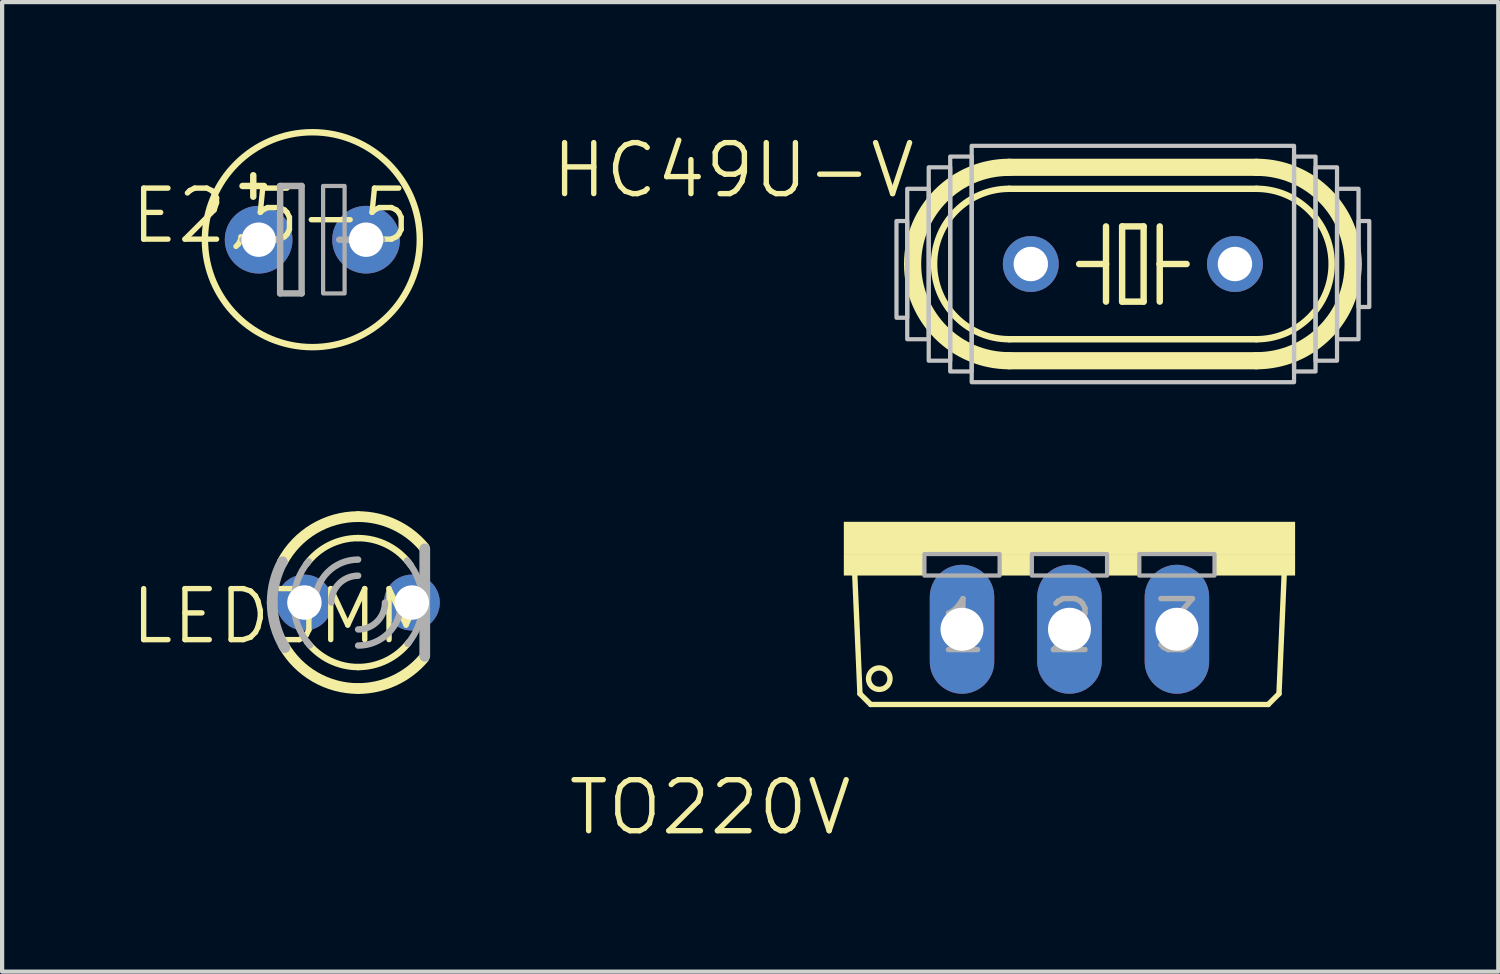
<source format=kicad_pcb>
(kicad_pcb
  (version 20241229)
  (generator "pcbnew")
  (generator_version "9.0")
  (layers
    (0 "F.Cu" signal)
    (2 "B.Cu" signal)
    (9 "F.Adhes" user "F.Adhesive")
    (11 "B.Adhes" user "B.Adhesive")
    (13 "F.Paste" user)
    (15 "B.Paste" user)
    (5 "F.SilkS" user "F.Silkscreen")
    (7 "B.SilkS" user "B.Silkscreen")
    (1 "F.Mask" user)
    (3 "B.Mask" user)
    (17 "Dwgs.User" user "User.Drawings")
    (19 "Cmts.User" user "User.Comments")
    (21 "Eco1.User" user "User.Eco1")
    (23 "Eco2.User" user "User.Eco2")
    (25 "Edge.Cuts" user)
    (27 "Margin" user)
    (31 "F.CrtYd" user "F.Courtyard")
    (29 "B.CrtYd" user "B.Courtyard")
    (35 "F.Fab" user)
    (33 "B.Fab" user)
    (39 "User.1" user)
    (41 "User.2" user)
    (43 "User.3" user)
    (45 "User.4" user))
  (footprint "E2,5-5"
    (layer "F.Cu")
    (at 4.334 2.616)
    (property "Reference" "E2,5-5" (at 2.413 -1.27 0) (layer "F.SilkS") (effects (font (size 1.206 1.206) (thickness 0.127)) (justify right top)))
    (attr through_hole)
    (fp_line (start -1.651 -1.27) (end -1.397 -1.27) (stroke (width 0.152) (type solid)) (layer "F.SilkS"))
    (fp_line (start -1.397 -1.27) (end -1.397 -1.524) (stroke (width 0.152) (type solid)) (layer "F.SilkS"))
    (fp_line (start -1.397 -1.27) (end -1.143 -1.27) (stroke (width 0.152) (type solid)) (layer "F.SilkS"))
    (fp_line (start -1.397 -1.016) (end -1.397 -1.27) (stroke (width 0.152) (type solid)) (layer "F.SilkS"))
    (fp_circle (center 0 0) (end 2.54 0) (stroke (width 0.152) (type solid)) (fill no) (layer "F.SilkS"))
    (fp_line (start -1.651 0) (end -0.762 0) (stroke (width 0.152) (type solid)) (layer "F.Fab"))
    (fp_line (start -0.762 -1.27) (end -0.762 0) (stroke (width 0.152) (type solid)) (layer "F.Fab"))
    (fp_line (start -0.762 0) (end -0.762 1.27) (stroke (width 0.152) (type solid)) (layer "F.Fab"))
    (fp_line (start -0.762 1.27) (end -0.254 1.27) (stroke (width 0.152) (type solid)) (layer "F.Fab"))
    (fp_line (start -0.254 -1.27) (end -0.762 -1.27) (stroke (width 0.152) (type solid)) (layer "F.Fab"))
    (fp_line (start -0.254 1.27) (end -0.254 -1.27) (stroke (width 0.152) (type solid)) (layer "F.Fab"))
    (fp_line (start 0.635 0) (end 1.651 0) (stroke (width 0.152) (type solid)) (layer "F.Fab"))
    (fp_poly (pts (xy 0.254 1.27) (xy 0.762 1.27) (xy 0.762 -1.27) (xy 0.254 -1.27)) (stroke (width 0.1) (type solid)) (fill no) (layer "F.Fab"))
    (pad "+" thru_hole circle (at -1.27 0) (size 1.6 1.6) (drill 0.813) (layers "*.Cu" "*.Mask"))
    (pad "-" thru_hole circle (at 1.27 0) (size 1.6 1.6) (drill 0.813) (layers "*.Cu" "*.Mask")))
  (footprint "LED3MM"
    (layer "F.Cu")
    (at 5.416 11.194)
    (property "Reference" "LED3MM" (at 1.905 -0.381 0) (layer "F.SilkS") (effects (font (size 1.206 1.206) (thickness 0.127)) (justify right top)))
    (attr through_hole)
    (fp_arc (start -1.7929 -0.9562) (mid -1.045438 -1.7424) (end 0 -2.032) (stroke (width 0.254) (type solid)) (layer "F.SilkS"))
    (fp_arc (start -1.2192 -0.9144) (mid -0.681554 -1.363107) (end 0 -1.524) (stroke (width 0.1524) (type solid)) (layer "F.SilkS"))
    (fp_arc (start 0 -2.032) (mid 0.861864 -1.840173) (end 1.561 -1.3009) (stroke (width 0.254) (type solid)) (layer "F.SilkS"))
    (fp_arc (start 0 -1.524) (mid 0.697339 -1.355082) (end 1.2401 -0.885801) (stroke (width 0.1524) (type solid)) (layer "F.SilkS"))
    (fp_arc (start 0 1.524) (mid -0.669593 1.369018) (end -1.203 0.9356) (stroke (width 0.1524) (type solid)) (layer "F.SilkS"))
    (fp_arc (start 0 2.032) (mid -1.019924 1.757525) (end -1.7643 1.0082) (stroke (width 0.254) (type solid)) (layer "F.SilkS"))
    (fp_arc (start 1.203 0.9356) (mid 0.669593 1.369018) (end 0 1.524) (stroke (width 0.1524) (type solid)) (layer "F.SilkS"))
    (fp_arc (start 1.5512 1.3126) (mid 0.854953 1.843405) (end 0 2.032) (stroke (width 0.254) (type solid)) (layer "F.SilkS"))
    (fp_line (start 1.575 1.27) (end 1.575 -1.27) (stroke (width 0.254) (type solid)) (layer "F.Fab"))
    (fp_arc (start -2.032 0) (mid -1.970339 -0.496775) (end -1.7891 -0.9634) (stroke (width 0.254) (type solid)) (layer "F.Fab"))
    (fp_arc (start -1.7306 1.065) (mid -1.95521 0.553417) (end -2.032 0) (stroke (width 0.254) (type solid)) (layer "F.Fab"))
    (fp_arc (start -1.524 0) (mid -1.432981 -0.518783) (end -1.1708 -0.9756) (stroke (width 0.1524) (type solid)) (layer "F.Fab"))
    (fp_arc (start -1.1391 1.0125) (mid -1.42454 0.5416) (end -1.524 0) (stroke (width 0.1524) (type solid)) (layer "F.Fab"))
    (fp_arc (start -1.016 0) (mid -0.71842 -0.71842) (end 0 -1.016) (stroke (width 0.1524) (type solid)) (layer "F.Fab"))
    (fp_arc (start -0.635 0) (mid -0.449013 -0.449013) (end 0 -0.635) (stroke (width 0.1524) (type solid)) (layer "F.Fab"))
    (fp_arc (start 0.635 0) (mid 0.449013 0.449013) (end 0 0.635) (stroke (width 0.1524) (type solid)) (layer "F.Fab"))
    (fp_arc (start 1.016 0) (mid 0.71842 0.71842) (end 0 1.016) (stroke (width 0.1524) (type solid)) (layer "F.Fab"))
    (fp_arc (start 1.1571 -0.9918) (mid 1.429332 -0.528744) (end 1.524 0) (stroke (width 0.1524) (type solid)) (layer "F.Fab"))
    (fp_arc (start 1.524 0) (mid 1.432981 0.518783) (end 1.1708 0.9756) (stroke (width 0.1524) (type solid)) (layer "F.Fab"))
    (pad "A" thru_hole circle (at -1.27 0) (size 1.321 1.321) (drill 0.813) (layers "*.Cu" "*.Mask"))
    (pad "K" thru_hole circle (at 1.27 0) (size 1.321 1.321) (drill 0.813) (layers "*.Cu" "*.Mask")))
  (footprint "TO220V"
    (layer "F.Cu")
    (at 22.231 9.285)
    (property "Reference" "TO220V" (at -5.08 6.045 0) (layer "F.SilkS") (effects (font (size 1.206 1.206) (thickness 0.127)) (justify right top)))
    (attr through_hole)
    (fp_line (start -4.953 4.064) (end -5.08 1.143) (stroke (width 0.127) (type solid)) (layer "F.SilkS"))
    (fp_line (start -4.953 4.064) (end -4.699 4.318) (stroke (width 0.127) (type solid)) (layer "F.SilkS"))
    (fp_line (start 4.699 4.318) (end -4.699 4.318) (stroke (width 0.127) (type solid)) (layer "F.SilkS"))
    (fp_line (start 4.699 4.318) (end 4.953 4.064) (stroke (width 0.127) (type solid)) (layer "F.SilkS"))
    (fp_line (start 5.08 1.143) (end 4.953 4.064) (stroke (width 0.127) (type solid)) (layer "F.SilkS"))
    (fp_circle (center -4.496 3.708) (end -4.242 3.708) (stroke (width 0.127) (type solid)) (fill no) (layer "F.SilkS"))
    (fp_poly (pts (xy -5.334 0.762) (xy 5.334 0.762) (xy 5.334 0) (xy -5.334 0)) (stroke (width 0) (type solid)) (fill yes) (layer "F.SilkS"))
    (fp_poly (pts (xy -5.334 1.27) (xy -3.429 1.27) (xy -3.429 0.762) (xy -5.334 0.762)) (stroke (width 0) (type solid)) (fill yes) (layer "F.SilkS"))
    (fp_poly (pts (xy -1.651 1.27) (xy -0.889 1.27) (xy -0.889 0.762) (xy -1.651 0.762)) (stroke (width 0) (type solid)) (fill yes) (layer "F.SilkS"))
    (fp_poly (pts (xy 0.889 1.27) (xy 1.651 1.27) (xy 1.651 0.762) (xy 0.889 0.762)) (stroke (width 0) (type solid)) (fill yes) (layer "F.SilkS"))
    (fp_poly (pts (xy 3.429 1.27) (xy 5.334 1.27) (xy 5.334 0.762) (xy 3.429 0.762)) (stroke (width 0) (type solid)) (fill yes) (layer "F.SilkS"))
    (fp_poly (pts (xy -3.429 1.27) (xy -1.651 1.27) (xy -1.651 0.762) (xy -3.429 0.762)) (stroke (width 0.1) (type solid)) (fill no) (layer "F.Fab"))
    (fp_poly (pts (xy -0.889 1.27) (xy 0.889 1.27) (xy 0.889 0.762) (xy -0.889 0.762)) (stroke (width 0.1) (type solid)) (fill no) (layer "F.Fab"))
    (fp_poly (pts (xy 1.651 1.27) (xy 3.429 1.27) (xy 3.429 0.762) (xy 1.651 0.762)) (stroke (width 0.1) (type solid)) (fill no) (layer "F.Fab"))
    (fp_text user "2" (at -0.635 3.175 0) (layer "F.Fab") (effects (font (size 1.206 1.206) (thickness 0.127)) (justify left bottom)))
    (fp_text user "3" (at 1.905 3.175 0) (layer "F.Fab") (effects (font (size 1.206 1.206) (thickness 0.127)) (justify left bottom)))
    (fp_text user "1" (at -3.175 3.175 0) (layer "F.Fab") (effects (font (size 1.206 1.206) (thickness 0.127)) (justify left bottom)))
    (pad "1" thru_hole oval (at -2.54 2.54 90) (size 3.048 1.524) (drill 1.016) (layers "*.Cu" "*.Mask"))
    (pad "2" thru_hole oval (at 0 2.54 90) (size 3.048 1.524) (drill 1.016) (layers "*.Cu" "*.Mask"))
    (pad "3" thru_hole oval (at 2.54 2.54 90) (size 3.048 1.524) (drill 1.016) (layers "*.Cu" "*.Mask")))
  (footprint "HC49U-V"
    (layer "F.Cu")
    (at 23.73 3.191)
    (property "Reference" "HC49U-V" (at -5.08 -2.921 0) (layer "F.SilkS") (effects (font (size 1.206 1.206) (thickness 0.127)) (justify right top)))
    (attr through_hole)
    (fp_line (start -2.921 -2.286) (end 2.921 -2.286) (stroke (width 0.406) (type solid)) (layer "F.SilkS"))
    (fp_line (start -2.921 1.778) (end 2.921 1.778) (stroke (width 0.152) (type solid)) (layer "F.SilkS"))
    (fp_line (start -2.921 2.286) (end 2.921 2.286) (stroke (width 0.406) (type solid)) (layer "F.SilkS"))
    (fp_line (start -0.635 -0.889) (end -0.635 0) (stroke (width 0.152) (type solid)) (layer "F.SilkS"))
    (fp_line (start -0.635 0) (end -1.27 0) (stroke (width 0.152) (type solid)) (layer "F.SilkS"))
    (fp_line (start -0.635 0) (end -0.635 0.889) (stroke (width 0.152) (type solid)) (layer "F.SilkS"))
    (fp_line (start -0.254 -0.889) (end 0.254 -0.889) (stroke (width 0.152) (type solid)) (layer "F.SilkS"))
    (fp_line (start -0.254 0.889) (end -0.254 -0.889) (stroke (width 0.152) (type solid)) (layer "F.SilkS"))
    (fp_line (start 0.254 -0.889) (end 0.254 0.889) (stroke (width 0.152) (type solid)) (layer "F.SilkS"))
    (fp_line (start 0.254 0.889) (end -0.254 0.889) (stroke (width 0.152) (type solid)) (layer "F.SilkS"))
    (fp_line (start 0.635 -0.889) (end 0.635 0) (stroke (width 0.152) (type solid)) (layer "F.SilkS"))
    (fp_line (start 0.635 0) (end 0.635 0.889) (stroke (width 0.152) (type solid)) (layer "F.SilkS"))
    (fp_line (start 0.635 0) (end 1.27 0) (stroke (width 0.152) (type solid)) (layer "F.SilkS"))
    (fp_line (start 2.921 -1.778) (end -2.921 -1.778) (stroke (width 0.152) (type solid)) (layer "F.SilkS"))
    (fp_arc (start -2.921 1.778) (mid -4.699 0) (end -2.921 -1.778) (stroke (width 0.1524) (type solid)) (layer "F.SilkS"))
    (fp_arc (start -2.921 2.286) (mid -5.207 0) (end -2.921 -2.286) (stroke (width 0.4064) (type solid)) (layer "F.SilkS"))
    (fp_arc (start 2.921 -2.286) (mid 5.207 0) (end 2.921 2.286) (stroke (width 0.4064) (type solid)) (layer "F.SilkS"))
    (fp_arc (start 2.921 -1.778) (mid 4.699 0) (end 2.921 1.778) (stroke (width 0.1524) (type solid)) (layer "F.SilkS"))
    (fp_poly (pts (xy -5.588 1.27) (xy -5.334 1.27) (xy -5.334 -1.016) (xy -5.588 -1.016)) (stroke (width 0.1) (type solid)) (fill no) (layer "Dwgs.User"))
    (fp_poly (pts (xy -5.334 1.778) (xy -4.826 1.778) (xy -4.826 -1.778) (xy -5.334 -1.778)) (stroke (width 0.1) (type solid)) (fill no) (layer "Dwgs.User"))
    (fp_poly (pts (xy -4.826 2.286) (xy -4.318 2.286) (xy -4.318 -2.286) (xy -4.826 -2.286)) (stroke (width 0.1) (type solid)) (fill no) (layer "Dwgs.User"))
    (fp_poly (pts (xy -4.318 2.54) (xy -3.81 2.54) (xy -3.81 -2.54) (xy -4.318 -2.54)) (stroke (width 0.1) (type solid)) (fill no) (layer "Dwgs.User"))
    (fp_poly (pts (xy -3.81 2.794) (xy 3.81 2.794) (xy 3.81 -2.794) (xy -3.81 -2.794)) (stroke (width 0.1) (type solid)) (fill no) (layer "Dwgs.User"))
    (fp_poly (pts (xy 3.81 2.54) (xy 4.318 2.54) (xy 4.318 -2.54) (xy 3.81 -2.54)) (stroke (width 0.1) (type solid)) (fill no) (layer "Dwgs.User"))
    (fp_poly (pts (xy 4.318 2.286) (xy 4.826 2.286) (xy 4.826 -2.286) (xy 4.318 -2.286)) (stroke (width 0.1) (type solid)) (fill no) (layer "Dwgs.User"))
    (fp_poly (pts (xy 4.826 1.778) (xy 5.334 1.778) (xy 5.334 -1.778) (xy 4.826 -1.778)) (stroke (width 0.1) (type solid)) (fill no) (layer "Dwgs.User"))
    (fp_poly (pts (xy 5.334 1.016) (xy 5.588 1.016) (xy 5.588 -1.016) (xy 5.334 -1.016)) (stroke (width 0.1) (type solid)) (fill no) (layer "Dwgs.User"))
    (pad "1" thru_hole circle (at -2.413 0) (size 1.321 1.321) (drill 0.813) (layers "*.Cu" "*.Mask"))
    (pad "2" thru_hole circle (at 2.413 0) (size 1.321 1.321) (drill 0.813) (layers "*.Cu" "*.Mask")))
  (gr_rect
    (start -3 -3)
    (end 32.368 19.918)
    (stroke (width 0.1) (type default))
    (fill no)
    (layer "Edge.Cuts")))
</source>
